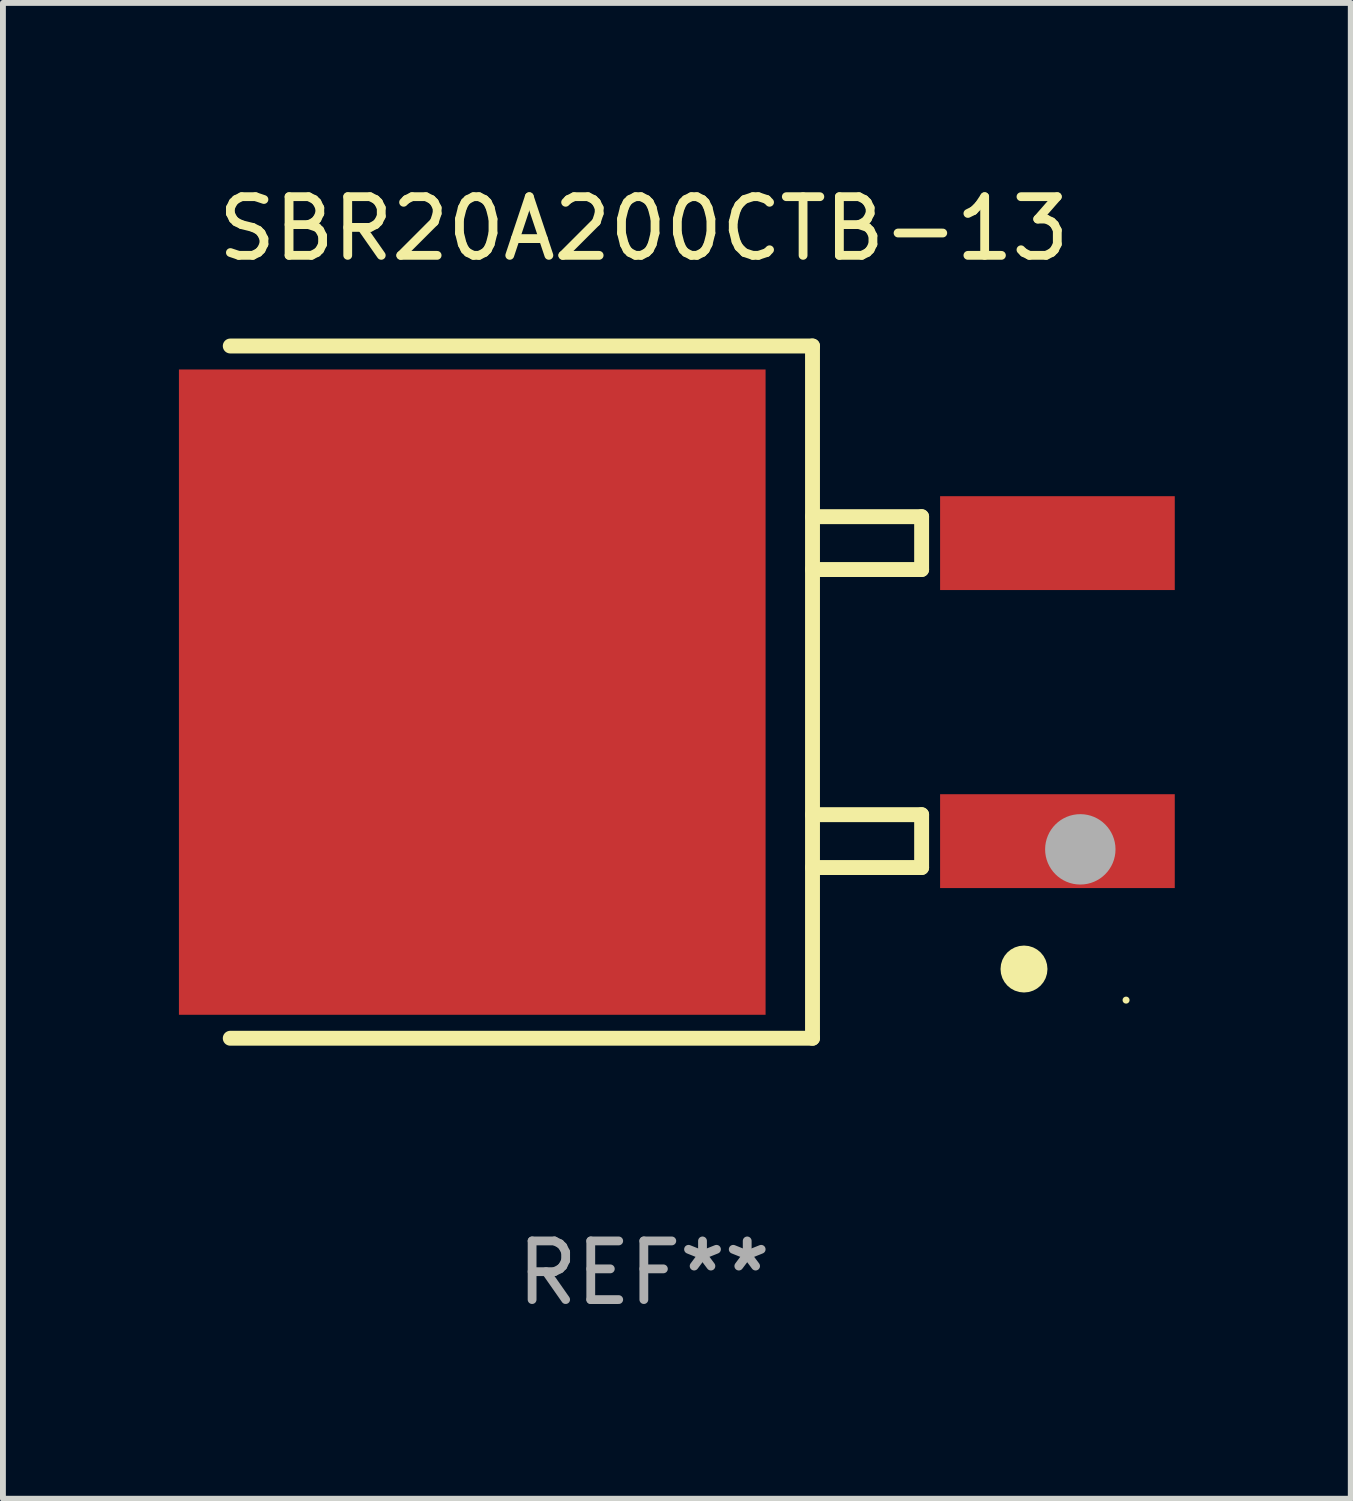
<source format=kicad_pcb>
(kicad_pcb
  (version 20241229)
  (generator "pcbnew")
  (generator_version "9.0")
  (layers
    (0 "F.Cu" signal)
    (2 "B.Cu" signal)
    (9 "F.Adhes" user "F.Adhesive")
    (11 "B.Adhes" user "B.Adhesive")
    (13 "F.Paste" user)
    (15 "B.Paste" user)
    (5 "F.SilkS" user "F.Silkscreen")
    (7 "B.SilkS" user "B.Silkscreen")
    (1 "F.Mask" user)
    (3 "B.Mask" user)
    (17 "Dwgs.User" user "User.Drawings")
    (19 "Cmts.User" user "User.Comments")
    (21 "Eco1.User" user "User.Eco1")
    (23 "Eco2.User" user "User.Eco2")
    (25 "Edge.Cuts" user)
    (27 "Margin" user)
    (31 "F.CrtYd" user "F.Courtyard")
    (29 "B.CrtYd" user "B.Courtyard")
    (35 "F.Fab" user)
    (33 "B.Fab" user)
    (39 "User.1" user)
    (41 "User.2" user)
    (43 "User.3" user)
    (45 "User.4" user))
  (footprint "SBR20A200CTB-13"
    (layer "F.Cu")
    (at 7.925 8.748)
    (property "Reference" "SBR20A200CTB-13" (at 0 -7.9 0) (layer "F.SilkS") (effects (font (size 1 1) (thickness 0.15))))
    (attr through_hole)
    (fp_line (start -7.05 5.9) (end 2.875 5.9) (stroke (width 0.254) (type solid)) (layer "F.SilkS"))
    (fp_line (start 2.875 -5.9) (end -7.05 -5.9) (stroke (width 0.254) (type solid)) (layer "F.SilkS"))
    (fp_line (start 2.875 -5.9) (end 2.875 5.9) (stroke (width 0.254) (type solid)) (layer "F.SilkS"))
    (fp_line (start 2.875 -2.991) (end 4.735 -2.991) (stroke (width 0.254) (type solid)) (layer "F.SilkS"))
    (fp_line (start 2.875 2.089) (end 4.735 2.089) (stroke (width 0.254) (type solid)) (layer "F.SilkS"))
    (fp_line (start 4.735 -2.991) (end 4.735 -2.09) (stroke (width 0.254) (type solid)) (layer "F.SilkS"))
    (fp_line (start 4.735 -2.09) (end 2.875 -2.09) (stroke (width 0.254) (type solid)) (layer "F.SilkS"))
    (fp_line (start 4.735 2.089) (end 4.735 2.99) (stroke (width 0.254) (type solid)) (layer "F.SilkS"))
    (fp_line (start 4.735 2.99) (end 2.875 2.99) (stroke (width 0.254) (type solid)) (layer "F.SilkS"))
    (fp_circle (center 6.48 4.72) (end 6.68 4.72) (stroke (width 0.4) (type solid)) (fill no) (layer "F.SilkS"))
    (fp_circle (center 8.22 5.25) (end 8.25 5.25) (stroke (width 0.06) (type solid)) (fill no) (layer "F.SilkS"))
    (fp_circle (center 7.44 2.68) (end 7.74 2.68) (stroke (width 0.6) (type solid)) (fill no) (layer "F.Fab"))
    (fp_text user "REF**" (at 0 9.9 0) (layer "F.Fab") (effects (font (size 1 1) (thickness 0.15))))
    (pad "1" smd rect (at 7.05 2.54) (size 4 1.6) (layers "F.Cu" "F.Mask" "F.Paste"))
    (pad "2" smd rect (at 7.05 -2.54) (size 4 1.6) (layers "F.Cu" "F.Mask" "F.Paste"))
    (pad "3" smd rect (at -2.925 0.000102) (size 10 11) (layers "F.Cu" "F.Mask" "F.Paste")))
  (gr_rect
    (start -3 -3)
    (end 19.975 22.497)
    (stroke (width 0.1) (type default))
    (fill no)
    (layer "Edge.Cuts")))
</source>
